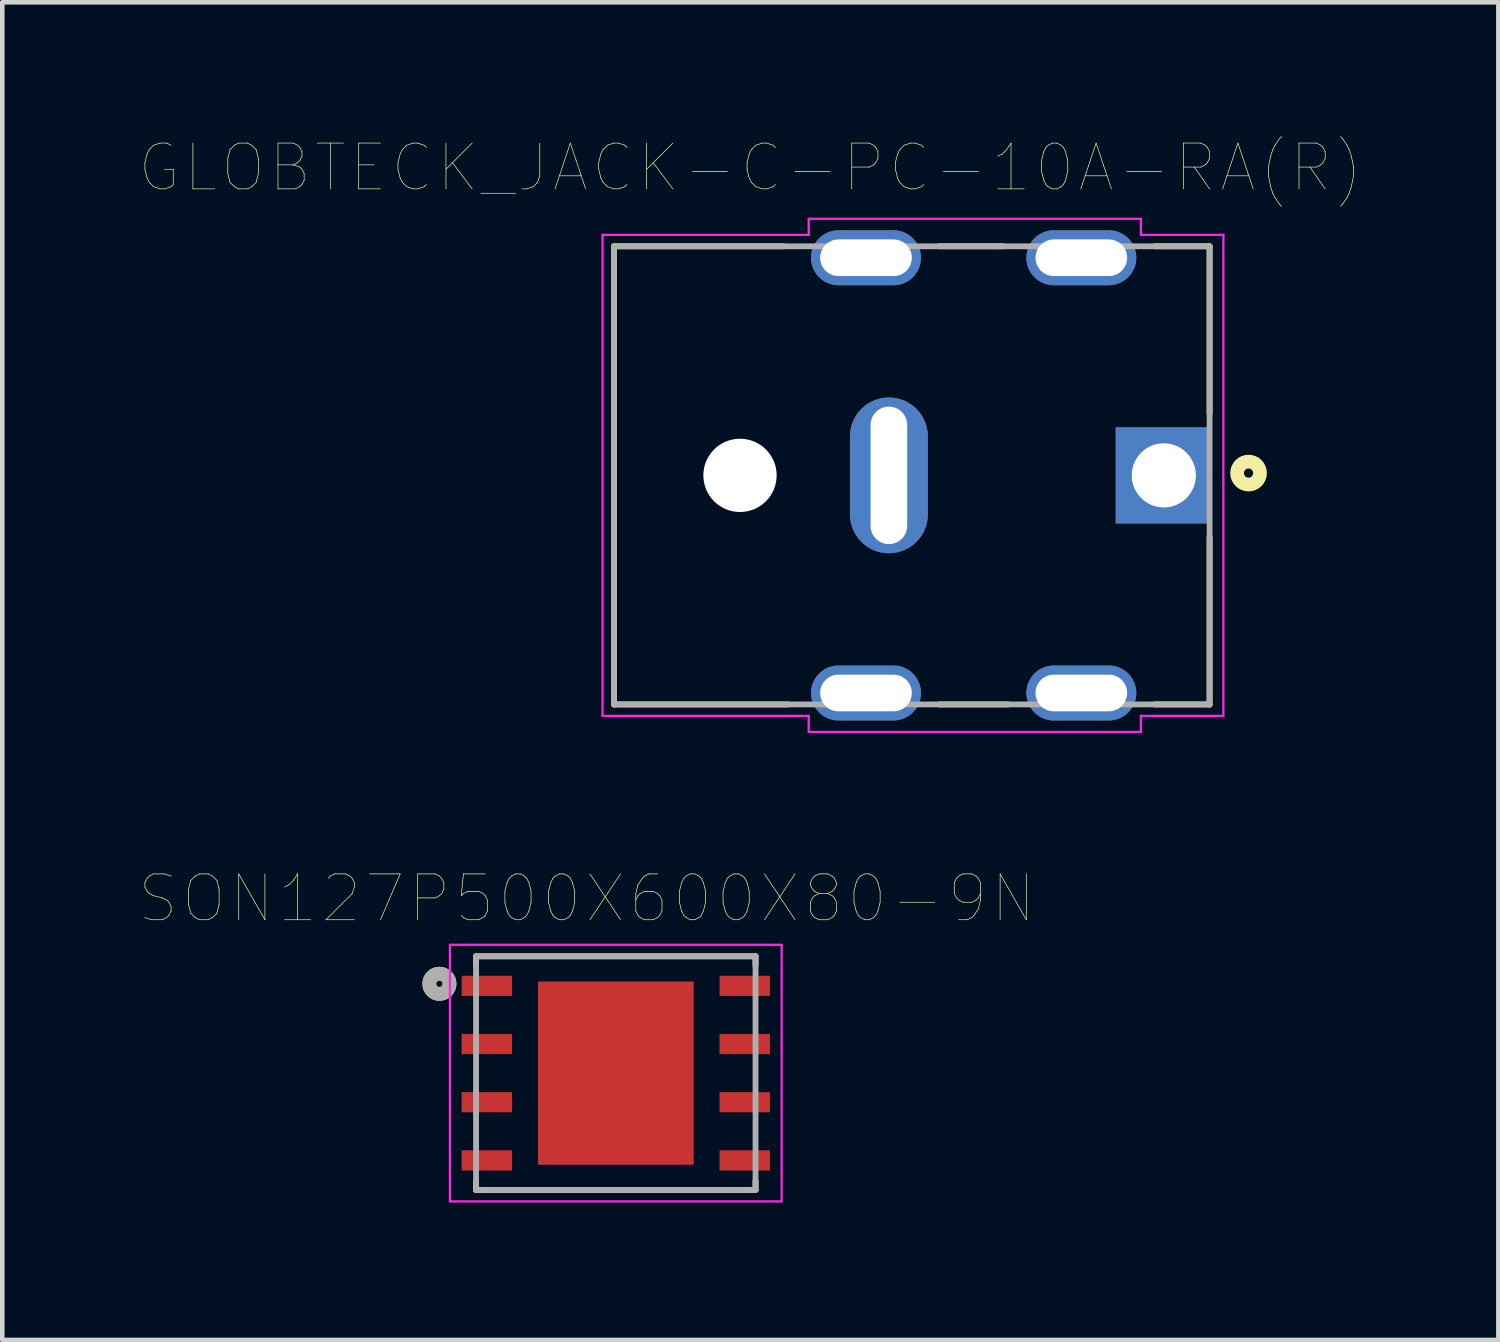
<source format=kicad_pcb>
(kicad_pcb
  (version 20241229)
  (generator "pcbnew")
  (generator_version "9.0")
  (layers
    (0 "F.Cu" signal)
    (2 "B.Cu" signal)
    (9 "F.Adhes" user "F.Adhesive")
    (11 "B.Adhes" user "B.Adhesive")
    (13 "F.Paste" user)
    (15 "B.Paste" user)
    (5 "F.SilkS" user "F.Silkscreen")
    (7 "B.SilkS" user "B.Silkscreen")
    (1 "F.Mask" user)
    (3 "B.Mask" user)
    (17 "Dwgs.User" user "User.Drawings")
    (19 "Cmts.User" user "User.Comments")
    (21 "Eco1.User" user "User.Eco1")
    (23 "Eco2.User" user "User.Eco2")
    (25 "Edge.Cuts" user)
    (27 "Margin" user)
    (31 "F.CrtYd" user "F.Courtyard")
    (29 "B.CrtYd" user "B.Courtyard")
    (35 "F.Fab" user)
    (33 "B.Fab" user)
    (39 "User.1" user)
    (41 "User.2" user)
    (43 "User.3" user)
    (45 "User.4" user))
  (footprint "GLOBTECK_JACK-C-PC-10A-RA(R)"
    (layer "F.Cu")
    (at 16.852 7.326)
    (property "Reference" "GLOBTECK_JACK-C-PC-10A-RA(R)" (at -3.525 -6.715 0) (layer "F.SilkS") (effects (font (size 1 1) (thickness 0.015))))
    (attr through_hole)
    (fp_line (start -6.5 -5) (end -6.5 5) (stroke (width 0.127) (type solid)) (layer "F.SilkS"))
    (fp_line (start -6.5 5) (end -2.7 5) (stroke (width 0.127) (type solid)) (layer "F.SilkS"))
    (fp_line (start -2.8 -5) (end -6.5 -5) (stroke (width 0.127) (type solid)) (layer "F.SilkS"))
    (fp_line (start 0.6 -5) (end 2 -5) (stroke (width 0.127) (type solid)) (layer "F.SilkS"))
    (fp_line (start 0.6 5) (end 2.1 5) (stroke (width 0.127) (type solid)) (layer "F.SilkS"))
    (fp_line (start 5.3 -5) (end 6.5 -5) (stroke (width 0.127) (type solid)) (layer "F.SilkS"))
    (fp_line (start 6.5 -5) (end 6.5 -1.35) (stroke (width 0.127) (type solid)) (layer "F.SilkS"))
    (fp_line (start 6.5 1.35) (end 6.5 5) (stroke (width 0.127) (type solid)) (layer "F.SilkS"))
    (fp_line (start 6.5 5) (end 5.3 5) (stroke (width 0.127) (type solid)) (layer "F.SilkS"))
    (fp_circle (center 7.35 -0.05) (end 7.45 -0.05) (stroke (width 0.3) (type solid)) (fill no) (layer "F.SilkS"))
    (fp_line (start -6.75 -5.25) (end -2.25 -5.25) (stroke (width 0.05) (type solid)) (layer "F.CrtYd"))
    (fp_line (start -6.75 5.25) (end -6.75 -5.25) (stroke (width 0.05) (type solid)) (layer "F.CrtYd"))
    (fp_line (start -2.25 -5.6) (end 5 -5.6) (stroke (width 0.05) (type solid)) (layer "F.CrtYd"))
    (fp_line (start -2.25 -5.25) (end -2.25 -5.6) (stroke (width 0.05) (type solid)) (layer "F.CrtYd"))
    (fp_line (start -2.25 5.25) (end -6.75 5.25) (stroke (width 0.05) (type solid)) (layer "F.CrtYd"))
    (fp_line (start -2.25 5.6) (end -2.25 5.25) (stroke (width 0.05) (type solid)) (layer "F.CrtYd"))
    (fp_line (start 5 -5.6) (end 5 -5.25) (stroke (width 0.05) (type solid)) (layer "F.CrtYd"))
    (fp_line (start 5 -5.25) (end 6.8 -5.25) (stroke (width 0.05) (type solid)) (layer "F.CrtYd"))
    (fp_line (start 5 5.25) (end 5 5.6) (stroke (width 0.05) (type solid)) (layer "F.CrtYd"))
    (fp_line (start 5 5.6) (end -2.25 5.6) (stroke (width 0.05) (type solid)) (layer "F.CrtYd"))
    (fp_line (start 6.8 -5.25) (end 6.8 5.25) (stroke (width 0.05) (type solid)) (layer "F.CrtYd"))
    (fp_line (start 6.8 5.25) (end 5 5.25) (stroke (width 0.05) (type solid)) (layer "F.CrtYd"))
    (fp_line (start -6.5 -5) (end -6.5 5) (stroke (width 0.127) (type solid)) (layer "F.Fab"))
    (fp_line (start -6.5 5) (end 6.5 5) (stroke (width 0.127) (type solid)) (layer "F.Fab"))
    (fp_line (start 6.5 -5) (end -6.5 -5) (stroke (width 0.127) (type solid)) (layer "F.Fab"))
    (fp_line (start 6.5 5) (end 6.5 -5) (stroke (width 0.127) (type solid)) (layer "F.Fab"))
    (pad "" np_thru_hole circle (at -3.75 0) (size 1.6 1.6) (drill 1.6) (layers "*.Cu" "*.Mask"))
    (pad "1" thru_hole rect (at 5.5 0) (size 2.1 2.1) (drill 1.4) (layers "*.Cu" "*.Mask"))
    (pad "2" thru_hole oval (at -0.5 0) (size 1.7 3.4) (drill oval 0.8 3) (layers "*.Cu" "*.Mask"))
    (pad "P1" thru_hole oval (at 3.7 -4.75) (size 2.4 1.2) (drill oval 2 0.8) (layers "*.Cu" "*.Mask"))
    (pad "P2" thru_hole oval (at 3.7 4.75) (size 2.4 1.2) (drill oval 2 0.8) (layers "*.Cu" "*.Mask"))
    (pad "P3" thru_hole oval (at -1 -4.75) (size 2.4 1.2) (drill oval 2 0.8) (layers "*.Cu" "*.Mask"))
    (pad "P4" thru_hole oval (at -1 4.75) (size 2.4 1.2) (drill oval 2 0.8) (layers "*.Cu" "*.Mask")))
  (footprint "SON127P500X600X80-9N"
    (layer "F.Cu")
    (at 10.391 20.373)
    (property "Reference" "SON127P500X600X80-9N" (at -0.635 -3.81 0) (layer "F.SilkS") (effects (font (size 1 1) (thickness 0.015))))
    (attr through_hole)
    (fp_line (start -3.05 -2.55) (end 3.05 -2.55) (stroke (width 0.127) (type solid)) (layer "F.SilkS"))
    (fp_line (start -3.05 -2.35) (end -3.05 -2.55) (stroke (width 0.127) (type solid)) (layer "F.SilkS"))
    (fp_line (start -3.05 2.35) (end -3.05 2.55) (stroke (width 0.127) (type solid)) (layer "F.SilkS"))
    (fp_line (start -3.05 2.55) (end 3.05 2.55) (stroke (width 0.127) (type solid)) (layer "F.SilkS"))
    (fp_line (start 3.05 -2.55) (end 3.05 -2.35) (stroke (width 0.127) (type solid)) (layer "F.SilkS"))
    (fp_line (start 3.05 2.55) (end 3.05 2.35) (stroke (width 0.127) (type solid)) (layer "F.SilkS"))
    (fp_circle (center -3.85 -1.95) (end -3.779 -1.95) (stroke (width 0.3) (type solid)) (fill no) (layer "F.SilkS"))
    (fp_poly (pts (xy -1.341 -1.64) (xy -0.18 -1.64) (xy -0.18 -0.18) (xy -1.341 -0.18)) (stroke (width 0.01) (type solid)) (fill yes) (layer "F.Paste"))
    (fp_poly (pts (xy -1.341 0.18) (xy -0.18 0.18) (xy -0.18 1.641) (xy -1.341 1.641)) (stroke (width 0.01) (type solid)) (fill yes) (layer "F.Paste"))
    (fp_poly (pts (xy 0.18 -1.64) (xy 1.34 -1.64) (xy 1.34 -0.18) (xy 0.18 -0.18)) (stroke (width 0.01) (type solid)) (fill yes) (layer "F.Paste"))
    (fp_poly (pts (xy 0.18 0.18) (xy 1.34 0.18) (xy 1.34 1.643) (xy 0.18 1.643)) (stroke (width 0.01) (type solid)) (fill yes) (layer "F.Paste"))
    (fp_line (start -3.62 -2.8) (end 3.62 -2.8) (stroke (width 0.05) (type solid)) (layer "F.CrtYd"))
    (fp_line (start -3.62 2.8) (end -3.62 -2.8) (stroke (width 0.05) (type solid)) (layer "F.CrtYd"))
    (fp_line (start 3.62 -2.8) (end 3.62 2.8) (stroke (width 0.05) (type solid)) (layer "F.CrtYd"))
    (fp_line (start 3.62 2.8) (end -3.62 2.8) (stroke (width 0.05) (type solid)) (layer "F.CrtYd"))
    (fp_line (start -3.05 -2.55) (end 3.05 -2.55) (stroke (width 0.127) (type solid)) (layer "F.Fab"))
    (fp_line (start -3.05 2.55) (end -3.05 -2.55) (stroke (width 0.127) (type solid)) (layer "F.Fab"))
    (fp_line (start 3.05 -2.55) (end 3.05 2.55) (stroke (width 0.127) (type solid)) (layer "F.Fab"))
    (fp_line (start 3.05 2.55) (end -3.05 2.55) (stroke (width 0.127) (type solid)) (layer "F.Fab"))
    (fp_circle (center -3.85 -1.95) (end -3.779 -1.95) (stroke (width 0.3) (type solid)) (fill no) (layer "F.Fab"))
    (pad "1" smd rect (at -2.815 -1.905) (size 1.1 0.44) (layers "F.Cu" "F.Mask" "F.Paste"))
    (pad "2" smd rect (at -2.815 -0.635) (size 1.1 0.44) (layers "F.Cu" "F.Mask" "F.Paste"))
    (pad "3" smd rect (at -2.815 0.635) (size 1.1 0.44) (layers "F.Cu" "F.Mask" "F.Paste"))
    (pad "4" smd rect (at -2.815 1.905) (size 1.1 0.44) (layers "F.Cu" "F.Mask" "F.Paste"))
    (pad "5" smd rect (at 2.815 1.905) (size 1.1 0.44) (layers "F.Cu" "F.Mask" "F.Paste"))
    (pad "6" smd rect (at 2.815 0.635) (size 1.1 0.44) (layers "F.Cu" "F.Mask" "F.Paste"))
    (pad "7" smd rect (at 2.815 -0.635) (size 1.1 0.44) (layers "F.Cu" "F.Mask" "F.Paste"))
    (pad "8" smd rect (at 2.815 -1.905) (size 1.1 0.44) (layers "F.Cu" "F.Mask" "F.Paste"))
    (pad "9" smd rect (at 0 0) (size 3.4 4) (layers "F.Cu" "F.Mask")))
  (gr_rect
    (start -3 -3)
    (end 29.655 26.198)
    (stroke (width 0.1) (type default))
    (fill no)
    (layer "Edge.Cuts")))
</source>
